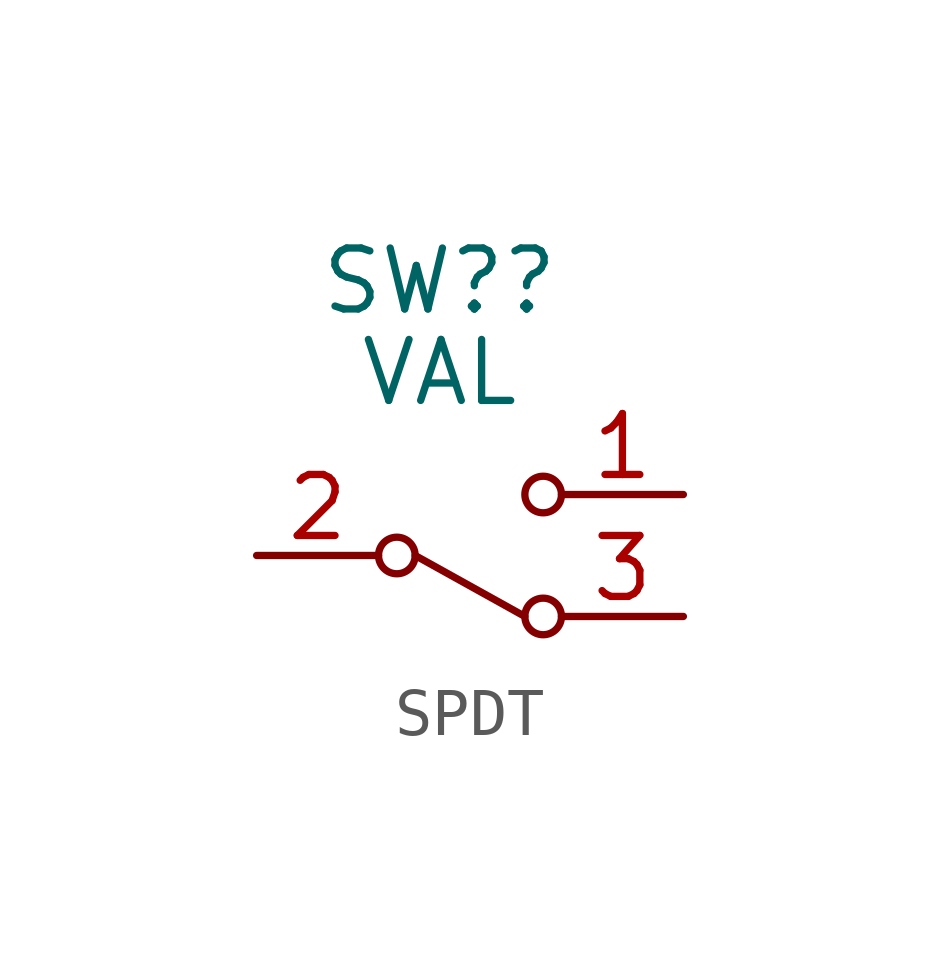
<source format=kicad_sym>
(kicad_symbol_lib
  (version 20241209)
  (generator "kicad_symbol_editor")
  (generator_version "9.0")
  (symbol "SPDT"
    (property "Reference" "SW?"
      (at 0 5.715 0)
      (do_not_autoplace)
      (effects (font (size 1.27 1.27))))
    (property "Value" "VAL"
      (at 0 3.81 0)
      (do_not_autoplace)
      (effects (font (size 1.27 1.27))))
    (symbol "SPDT_0_1"
      (circle (center -0.889 0) (radius 0.381) (stroke (width 0) (type default)) (fill (type none)))
      (polyline (pts (xy -0.508 0) (xy 1.778 -1.27)) (stroke (width 0) (type default)) (fill (type none)))
      (circle (center 2.159 1.27) (radius 0.381) (stroke (width 0) (type default)) (fill (type none)))
      (circle (center 2.159 -1.27) (radius 0.381) (stroke (width 0) (type default)) (fill (type none))))
    (symbol "SPDT_1_0"
      (pin passive line (at -3.81 0 0) (length 2.54) (name "" (effects (font (size 1.27 1.27)))) (number "2" (effects (font (size 1.27 1.27)))))
      (pin passive line (at 5.08 1.27 180) (length 2.54) (name "" (effects (font (size 1.27 1.27)))) (number "1" (effects (font (size 1.27 1.27)))))
      (pin passive line (at 5.08 -1.27 180) (length 2.54) (name "" (effects (font (size 1.27 1.27)))) (number "3" (effects (font (size 1.27 1.27))))))))
</source>
